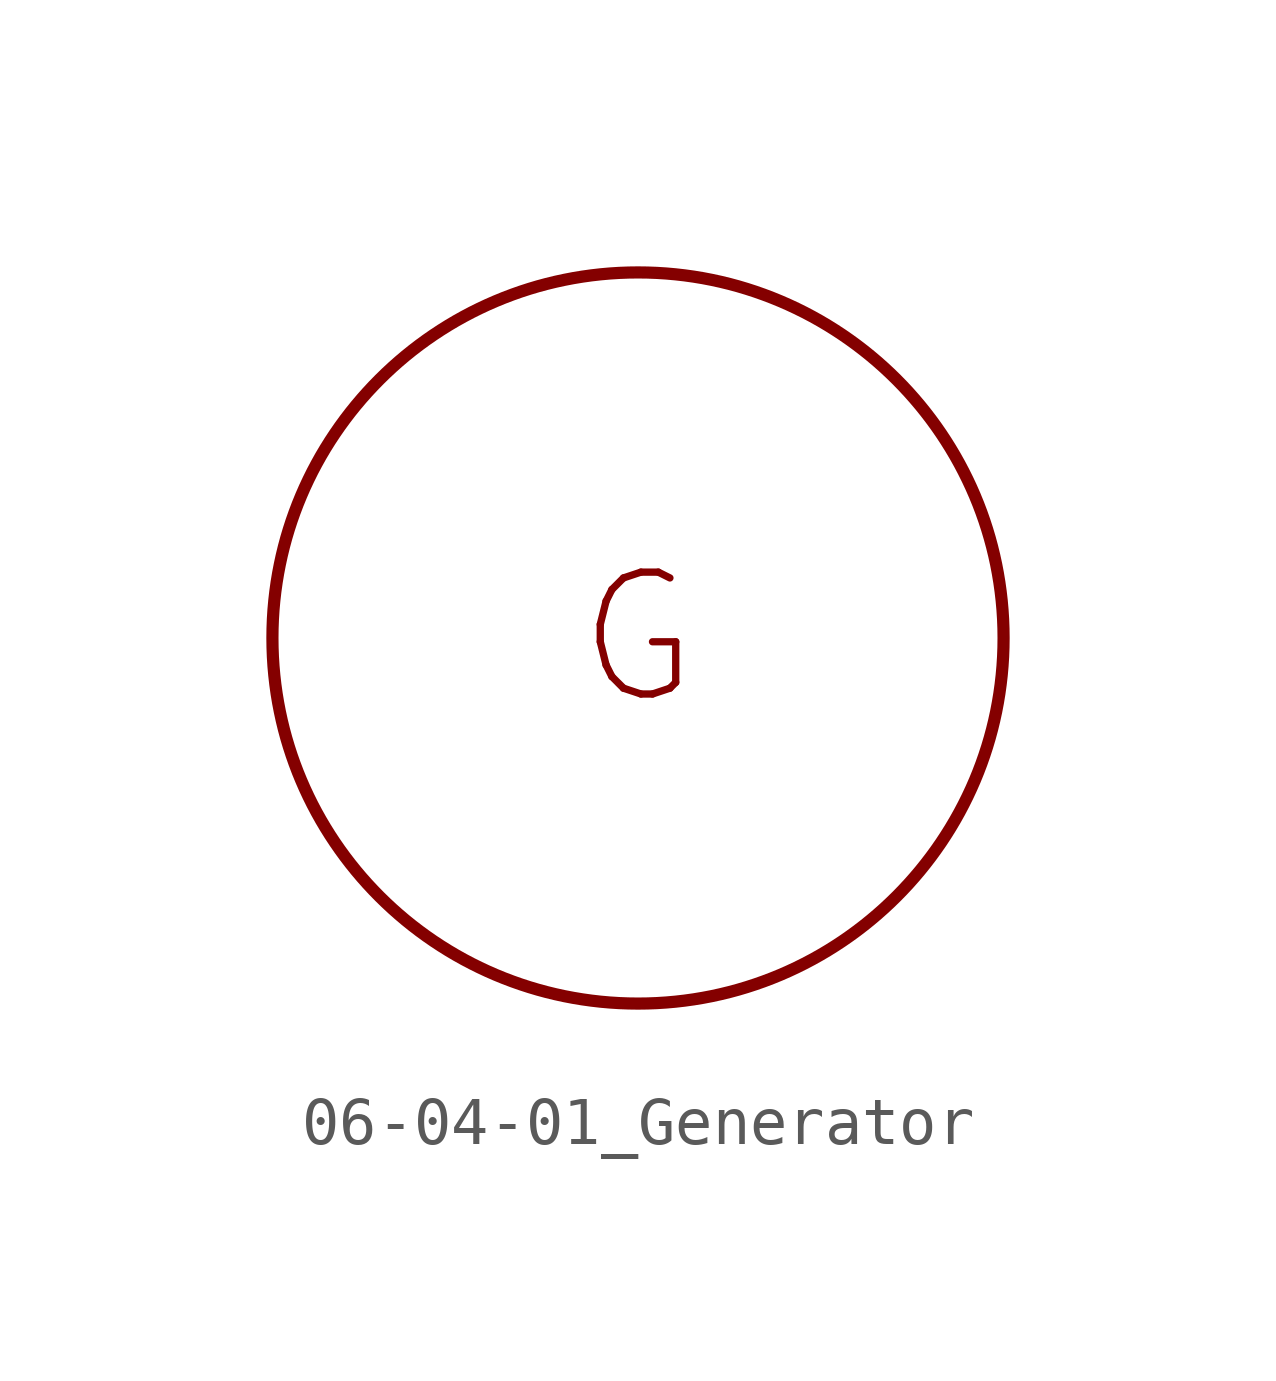
<source format=kicad_sym>
(kicad_symbol_lib
  (version 20201005)
  (generator kicad_symbol_editor)
  (symbol "Symbol_IEC_60617-6:06-04-01_Generator"
    (property "Reference" "#SYM"
      (at 0 0 0)
      (effects (font (size 1.27 1.27)) hide))
    (symbol "06-04-01_Generator_0_1"
      (circle (center 0 0) (radius 7.62) (stroke (width 0.254)) (fill (type none))))
    (symbol "06-04-01_Generator_1_1"
      (text "G" (at 0 0 0) (effects (font (size 2.54 2.54)))))))
</source>
